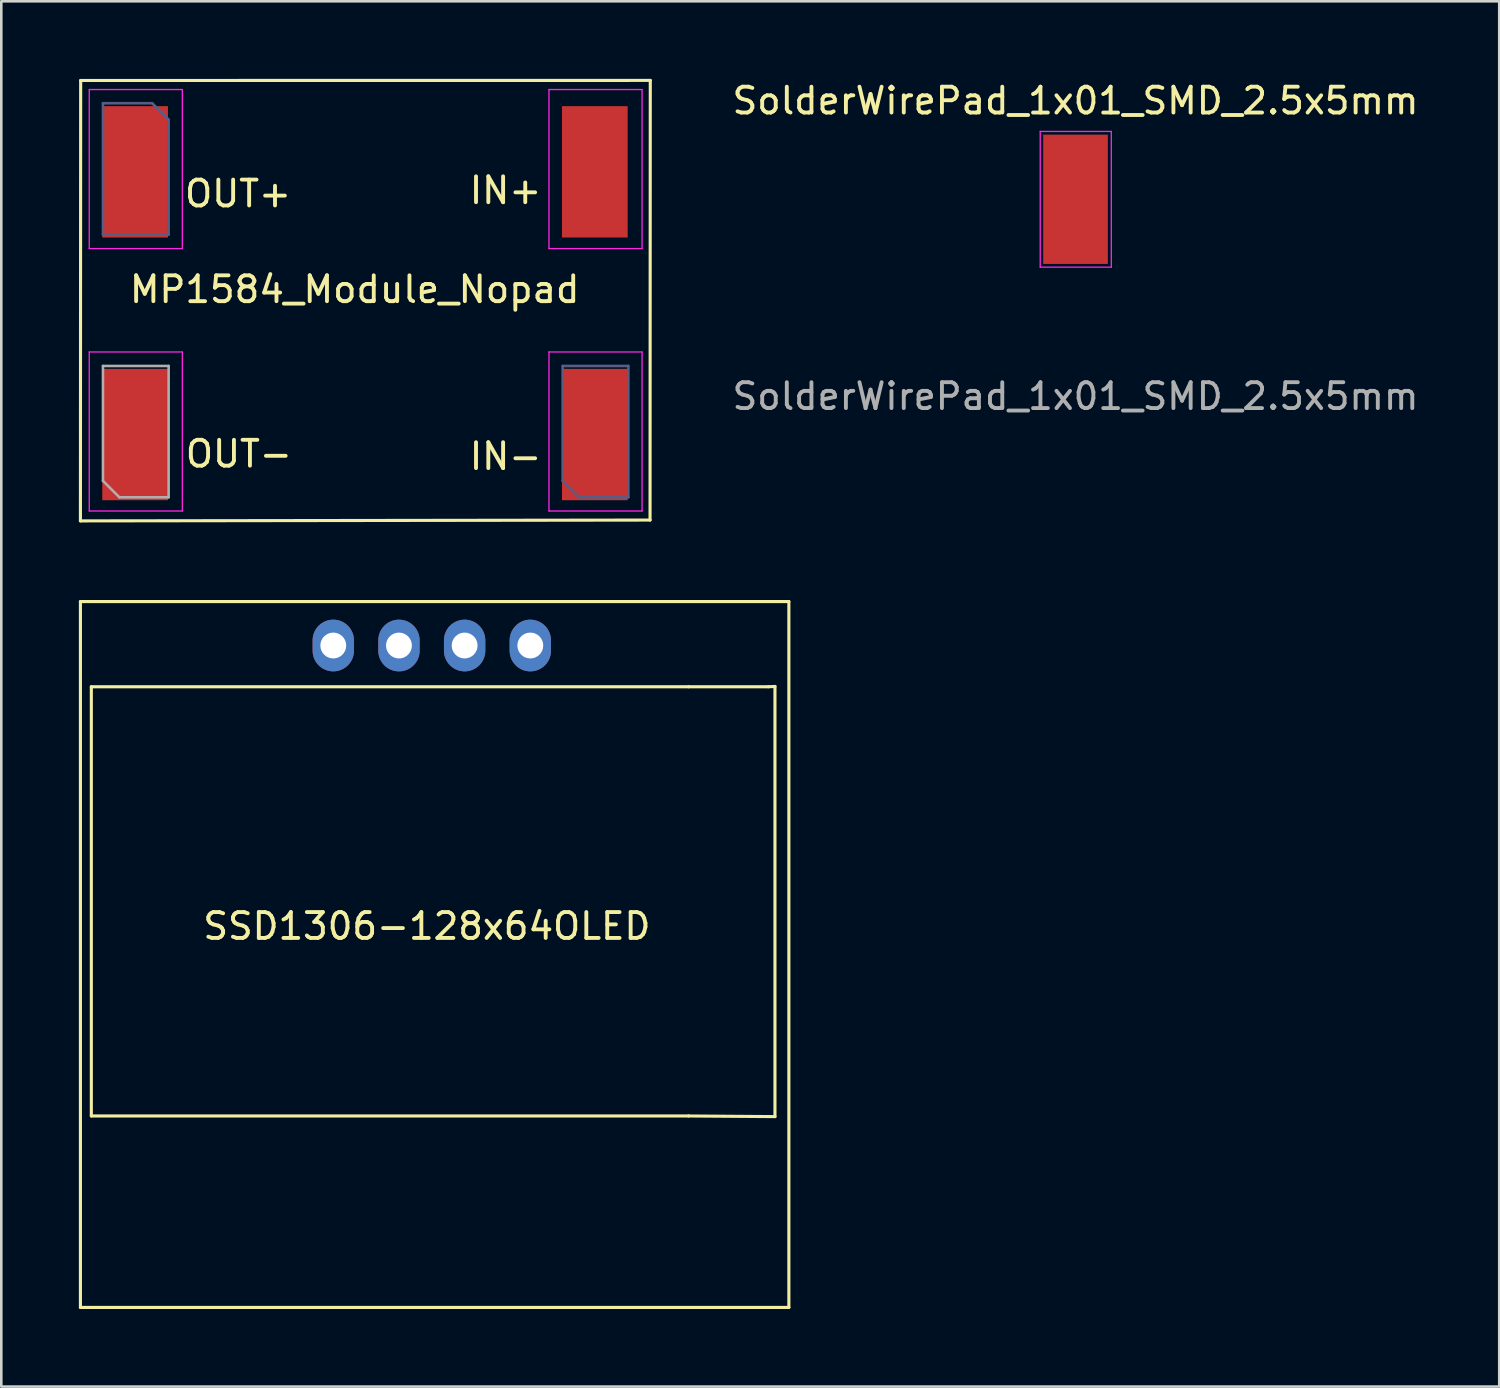
<source format=kicad_pcb>
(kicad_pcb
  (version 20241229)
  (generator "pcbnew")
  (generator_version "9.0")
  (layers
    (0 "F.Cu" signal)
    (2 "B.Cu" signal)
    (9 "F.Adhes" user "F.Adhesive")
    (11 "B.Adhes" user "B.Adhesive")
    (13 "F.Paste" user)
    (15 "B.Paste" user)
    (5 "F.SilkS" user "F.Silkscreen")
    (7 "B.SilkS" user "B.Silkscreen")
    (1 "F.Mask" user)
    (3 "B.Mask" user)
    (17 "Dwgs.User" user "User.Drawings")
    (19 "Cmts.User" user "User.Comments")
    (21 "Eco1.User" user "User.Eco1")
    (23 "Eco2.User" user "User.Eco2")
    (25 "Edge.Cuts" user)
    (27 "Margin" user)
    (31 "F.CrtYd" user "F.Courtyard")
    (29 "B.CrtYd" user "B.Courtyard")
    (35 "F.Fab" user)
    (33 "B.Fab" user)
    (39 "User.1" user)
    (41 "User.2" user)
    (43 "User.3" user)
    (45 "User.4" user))
  (footprint "SolderWirePad_1x01_SMD_2.5x5mm"
    (layer "F.Cu")
    (at 38.547 4.658)
    (property "Reference" "SolderWirePad_1x01_SMD_2.5x5mm" (at 0 -3.81 0) (layer "F.SilkS") (effects (font (size 1 1) (thickness 0.15))))
    (attr smd exclude_from_pos_files exclude_from_bom)
    (fp_line (start -1.366 -2.625) (end -1.366 2.625) (stroke (width 0.05) (type solid)) (layer "F.CrtYd"))
    (fp_line (start -1.366 2.625) (end 1.384 2.625) (stroke (width 0.05) (type solid)) (layer "F.CrtYd"))
    (fp_line (start 1.384 -2.625) (end -1.366 -2.625) (stroke (width 0.05) (type solid)) (layer "F.CrtYd"))
    (fp_line (start 1.384 2.625) (end 1.384 -2.625) (stroke (width 0.05) (type solid)) (layer "F.CrtYd"))
    (fp_text user "${REFERENCE}" (at 0 7.62 0) (layer "F.Fab") (effects (font (size 1 1) (thickness 0.15))))
    (pad "1" smd rect (at 0 0) (size 2.5 5) (layers "F.Cu" "F.Mask" "F.Paste")))
  (footprint "SSD1306-128x64OLED"
    (layer "F.Cu")
    (at 13.46 32.516)
    (property "Reference" "SSD1306-128x64OLED" (at 0 0.254 0) (layer "F.SilkS") (effects (font (size 1 1) (thickness 0.15))))
    (attr through_hole)
    (fp_line (start -13.4 -12.3) (end 14 -12.3) (stroke (width 0.12) (type solid)) (layer "F.SilkS"))
    (fp_line (start -13.4 15) (end -13.4 -12.3) (stroke (width 0.12) (type solid)) (layer "F.SilkS"))
    (fp_line (start -12.978 -9.005) (end 10.122 -9.005) (stroke (width 0.12) (type solid)) (layer "F.SilkS"))
    (fp_line (start -12.978 7.595) (end -12.978 -9.005) (stroke (width 0.12) (type solid)) (layer "F.SilkS"))
    (fp_line (start 10.122 -9.005) (end 13.208 -9.005) (stroke (width 0.12) (type solid)) (layer "F.SilkS"))
    (fp_line (start 10.122 7.595) (end -12.978 7.595) (stroke (width 0.12) (type solid)) (layer "F.SilkS"))
    (fp_line (start 10.122 7.595) (end 13.462 7.62) (stroke (width 0.12) (type solid)) (layer "F.SilkS"))
    (fp_line (start 13.462 -9.017) (end 13.208 -9.005) (stroke (width 0.12) (type solid)) (layer "F.SilkS"))
    (fp_line (start 13.462 7.62) (end 13.462 -9.017) (stroke (width 0.12) (type solid)) (layer "F.SilkS"))
    (fp_line (start 14 -12.3) (end 14 15) (stroke (width 0.12) (type solid)) (layer "F.SilkS"))
    (fp_line (start 14 15) (end -13.4 15) (stroke (width 0.12) (type solid)) (layer "F.SilkS"))
    (pad "1" thru_hole oval (at -3.62 -10.6 90) (size 2 1.6) (drill 1) (layers "*.Cu" "*.Mask"))
    (pad "2" thru_hole oval (at -1.08 -10.6 90) (size 2 1.6) (drill 1) (layers "*.Cu" "*.Mask"))
    (pad "3" thru_hole oval (at 1.46 -10.6 90) (size 2 1.6) (drill 1) (layers "*.Cu" "*.Mask"))
    (pad "4" thru_hole oval (at 4 -10.6 90) (size 2 1.6) (drill 1) (layers "*.Cu" "*.Mask")))
  (footprint "MP1584_Module_Nopad"
    (layer "F.Cu")
    (at 11.065 8.676)
    (property "Reference" "MP1584_Module_Nopad" (at -0.398 -0.533 0) (unlocked yes) (layer "F.SilkS") (effects (font (size 1 1) (thickness 0.15))))
    (attr through_hole)
    (fp_line (start -11.005 8.42) (end -10.995 -8.614) (stroke (width 0.12) (type solid)) (layer "F.SilkS"))
    (fp_line (start -10.995 -8.614) (end 11.035 -8.616) (stroke (width 0.12) (type solid)) (layer "F.SilkS"))
    (fp_line (start 11.026 8.388) (end -11.005 8.42) (stroke (width 0.12) (type solid)) (layer "F.SilkS"))
    (fp_line (start 11.035 -8.616) (end 11.026 8.388) (stroke (width 0.12) (type solid)) (layer "F.SilkS"))
    (fp_line (start -10.663 -8.263) (end -7.063 -8.263) (stroke (width 0.05) (type solid)) (layer "F.CrtYd"))
    (fp_line (start -10.663 -2.113) (end -10.663 -8.263) (stroke (width 0.05) (type solid)) (layer "F.CrtYd"))
    (fp_line (start -10.663 1.887) (end -7.063 1.887) (stroke (width 0.05) (type solid)) (layer "F.CrtYd"))
    (fp_line (start -10.663 8.037) (end -10.663 1.887) (stroke (width 0.05) (type solid)) (layer "F.CrtYd"))
    (fp_line (start -7.063 -8.263) (end -7.063 -2.113) (stroke (width 0.05) (type solid)) (layer "F.CrtYd"))
    (fp_line (start -7.063 -2.113) (end -10.663 -2.113) (stroke (width 0.05) (type solid)) (layer "F.CrtYd"))
    (fp_line (start -7.063 1.887) (end -7.063 8.037) (stroke (width 0.05) (type solid)) (layer "F.CrtYd"))
    (fp_line (start -7.063 8.037) (end -10.663 8.037) (stroke (width 0.05) (type solid)) (layer "F.CrtYd"))
    (fp_line (start 7.117 -8.263) (end 10.717 -8.263) (stroke (width 0.05) (type solid)) (layer "F.CrtYd"))
    (fp_line (start 7.117 -2.113) (end 7.117 -8.263) (stroke (width 0.05) (type solid)) (layer "F.CrtYd"))
    (fp_line (start 7.117 1.887) (end 10.717 1.887) (stroke (width 0.05) (type solid)) (layer "F.CrtYd"))
    (fp_line (start 7.117 8.037) (end 7.117 1.887) (stroke (width 0.05) (type solid)) (layer "F.CrtYd"))
    (fp_line (start 10.717 -8.263) (end 10.717 -2.113) (stroke (width 0.05) (type solid)) (layer "F.CrtYd"))
    (fp_line (start 10.717 -2.113) (end 7.117 -2.113) (stroke (width 0.05) (type solid)) (layer "F.CrtYd"))
    (fp_line (start 10.717 1.887) (end 10.717 8.037) (stroke (width 0.05) (type solid)) (layer "F.CrtYd"))
    (fp_line (start 10.717 8.037) (end 7.117 8.037) (stroke (width 0.05) (type solid)) (layer "F.CrtYd"))
    (fp_line (start -10.133 -7.733) (end -10.133 -2.653) (stroke (width 0.1) (type solid)) (layer "B.Fab"))
    (fp_line (start -10.133 -2.653) (end -7.593 -2.653) (stroke (width 0.1) (type solid)) (layer "B.Fab"))
    (fp_line (start -8.228 -7.733) (end -10.133 -7.733) (stroke (width 0.1) (type solid)) (layer "B.Fab"))
    (fp_line (start -7.593 -7.098) (end -8.228 -7.733) (stroke (width 0.1) (type solid)) (layer "B.Fab"))
    (fp_line (start -7.593 -2.653) (end -7.593 -7.098) (stroke (width 0.1) (type solid)) (layer "B.Fab"))
    (fp_line (start 7.647 2.427) (end 7.647 6.872) (stroke (width 0.1) (type solid)) (layer "B.Fab"))
    (fp_line (start 7.647 6.872) (end 8.282 7.507) (stroke (width 0.1) (type solid)) (layer "B.Fab"))
    (fp_line (start 8.282 7.507) (end 10.187 7.507) (stroke (width 0.1) (type solid)) (layer "B.Fab"))
    (fp_line (start 10.187 2.427) (end 7.647 2.427) (stroke (width 0.1) (type solid)) (layer "B.Fab"))
    (fp_line (start 10.187 7.507) (end 10.187 2.427) (stroke (width 0.1) (type solid)) (layer "B.Fab"))
    (fp_line (start -10.133 2.427) (end -10.133 6.872) (stroke (width 0.1) (type solid)) (layer "F.Fab"))
    (fp_line (start -10.133 6.872) (end -9.498 7.507) (stroke (width 0.1) (type solid)) (layer "F.Fab"))
    (fp_line (start -9.498 7.507) (end -7.593 7.507) (stroke (width 0.1) (type solid)) (layer "F.Fab"))
    (fp_line (start -7.593 2.427) (end -10.133 2.427) (stroke (width 0.1) (type solid)) (layer "F.Fab"))
    (fp_line (start -7.593 7.507) (end -7.593 2.427) (stroke (width 0.1) (type solid)) (layer "F.Fab"))
    (fp_text user "IN-" (at 5.438 5.923 0) (unlocked yes) (layer "F.SilkS") (effects (font (size 1 1) (thickness 0.15))))
    (fp_text user "OUT+" (at -4.908 -4.235 0) (unlocked yes) (layer "F.SilkS") (effects (font (size 1 1) (thickness 0.15))))
    (fp_text user "IN+" (at 5.438 -4.361 0) (unlocked yes) (layer "F.SilkS") (effects (font (size 1 1) (thickness 0.15))))
    (fp_text user "OUT-" (at -4.877 5.829 0) (unlocked yes) (layer "F.SilkS") (effects (font (size 1 1) (thickness 0.15))))
    (pad "1" smd rect (at 8.89 -5.08 180) (size 2.54 5.08) (layers "F.Cu" "F.Mask" "F.Paste"))
    (pad "2" smd rect (at 8.89 5.08) (size 2.54 5.08) (layers "F.Cu" "F.Mask" "F.Paste"))
    (pad "3" smd rect (at -8.89 -5.08 180) (size 2.54 5.08) (layers "F.Cu" "F.Mask" "F.Paste"))
    (pad "4" smd rect (at -8.89 5.08) (size 2.54 5.08) (layers "F.Cu" "F.Mask" "F.Paste")))
  (gr_rect
    (start -3 -3)
    (end 54.934 50.576)
    (stroke (width 0.1) (type default))
    (fill no)
    (layer "Edge.Cuts")))
</source>
